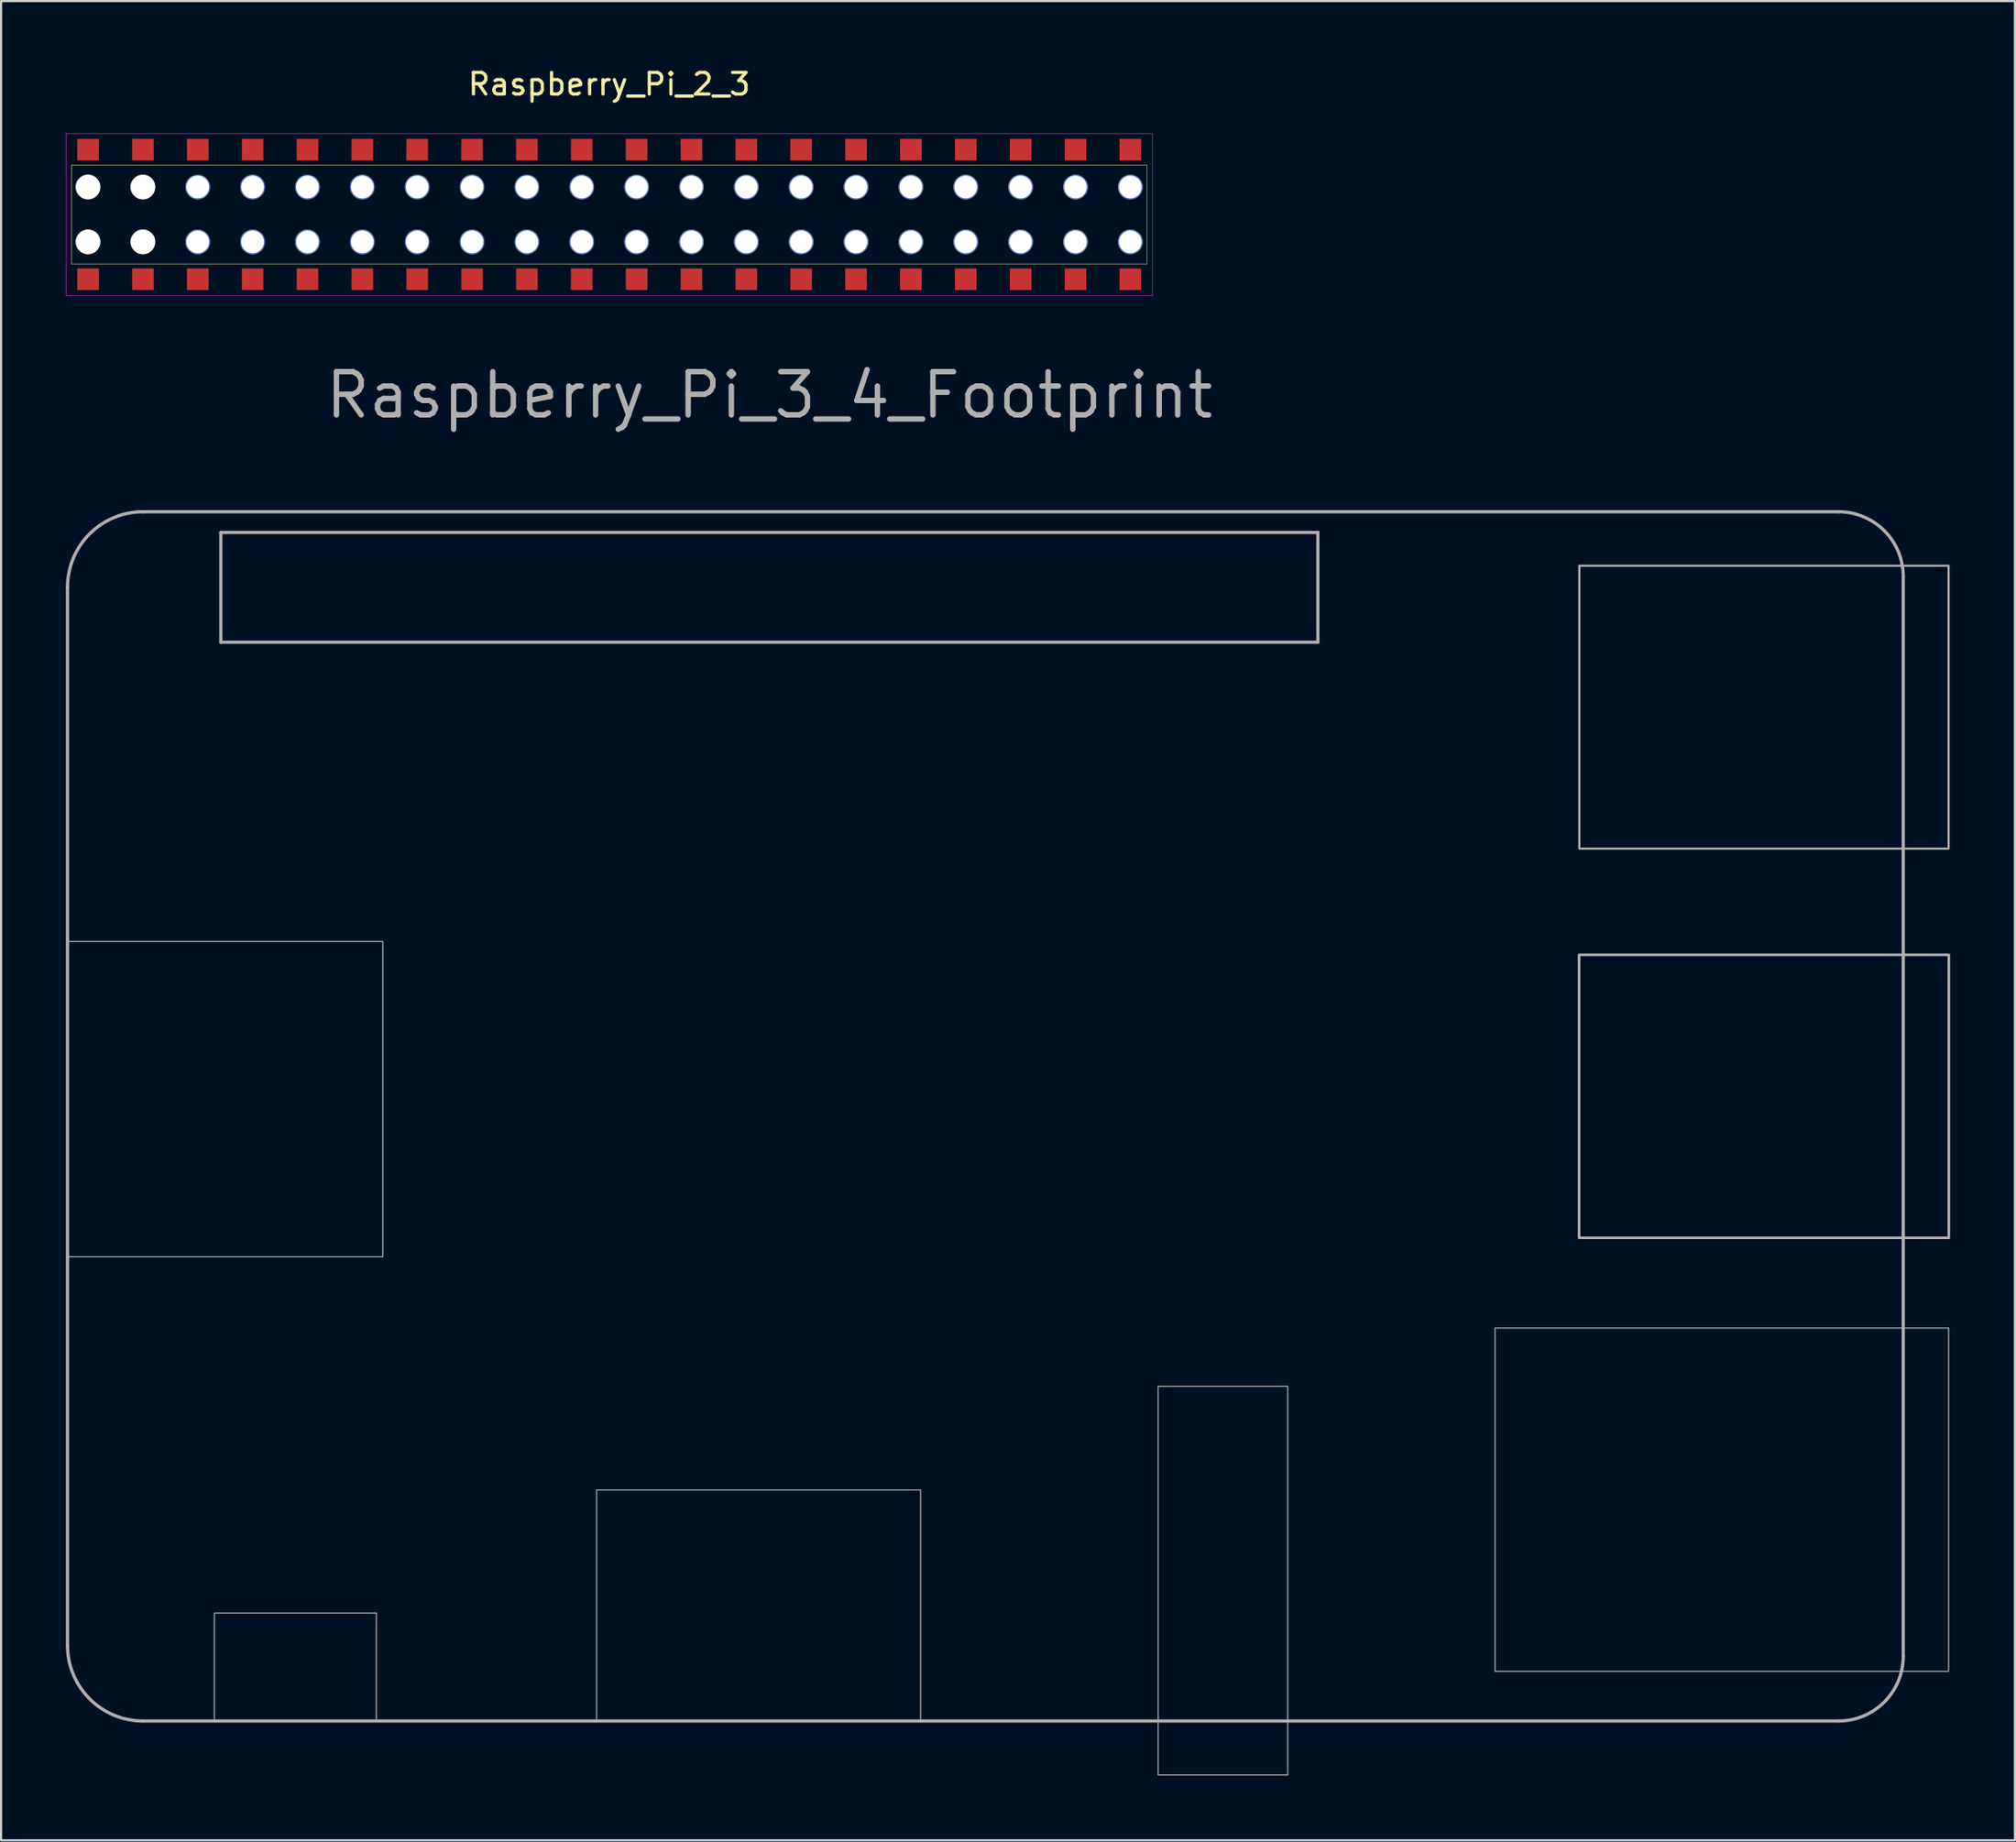
<source format=kicad_pcb>
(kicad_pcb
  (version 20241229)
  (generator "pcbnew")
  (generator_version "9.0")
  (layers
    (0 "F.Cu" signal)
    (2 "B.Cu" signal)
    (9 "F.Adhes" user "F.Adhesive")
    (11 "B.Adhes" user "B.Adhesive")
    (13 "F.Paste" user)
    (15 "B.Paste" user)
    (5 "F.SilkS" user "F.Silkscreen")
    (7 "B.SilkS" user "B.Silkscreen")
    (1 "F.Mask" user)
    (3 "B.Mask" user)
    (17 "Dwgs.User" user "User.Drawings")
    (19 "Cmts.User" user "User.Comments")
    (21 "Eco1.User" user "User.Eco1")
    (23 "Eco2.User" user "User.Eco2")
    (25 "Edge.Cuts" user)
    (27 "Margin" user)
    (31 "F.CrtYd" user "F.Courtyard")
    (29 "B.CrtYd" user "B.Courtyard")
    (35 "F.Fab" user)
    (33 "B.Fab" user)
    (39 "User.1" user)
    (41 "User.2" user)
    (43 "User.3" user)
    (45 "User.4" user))
  (footprint "Raspberry_Pi_3_4_Footprint"
    (layer "F.Cu")
    (at 32.575 24.149)
    (property "Reference" "Raspberry_Pi_3_4_Footprint" (at 0 -8.9 0) (layer "F.Fab") (effects (font (size 2 2) (thickness 0.25))))
    (attr through_hole)
    (fp_line (start -32.5 49) (end -32.5 0) (stroke (width 0.15) (type solid)) (layer "F.Fab"))
    (fp_line (start -29 52.5) (end 49.5 52.5) (stroke (width 0.15) (type solid)) (layer "F.Fab"))
    (fp_line (start -25.4 -2.54) (end -25.4 2.54) (stroke (width 0.15) (type solid)) (layer "F.Fab"))
    (fp_line (start -25.4 -2.54) (end 25.4 -2.54) (stroke (width 0.15) (type solid)) (layer "F.Fab"))
    (fp_line (start 25.395 2.54) (end 25.395 -2.54) (stroke (width 0.15) (type solid)) (layer "F.Fab"))
    (fp_line (start 25.4 2.54) (end -25.4 2.54) (stroke (width 0.15) (type solid)) (layer "F.Fab"))
    (fp_line (start 49.5 -3.5) (end -29 -3.5) (stroke (width 0.15) (type solid)) (layer "F.Fab"))
    (fp_line (start 52.5 49.5) (end 52.5 -0.5) (stroke (width 0.15) (type solid)) (layer "F.Fab"))
    (fp_rect (start -32.5 16.4) (end -17.9 31) (stroke (width 0.05) (type default)) (fill no) (layer "F.Fab"))
    (fp_rect (start -25.7 47.5) (end -18.2 52.5) (stroke (width 0.05) (type default)) (fill no) (layer "F.Fab"))
    (fp_rect (start -8 41.8) (end 7 52.5) (stroke (width 0.05) (type default)) (fill no) (layer "F.Fab"))
    (fp_rect (start 18 37) (end 24 55) (stroke (width 0.05) (type default)) (fill no) (layer "F.Fab"))
    (fp_rect (start 33.6 34.3) (end 54.6 50.2) (stroke (width 0.05) (type default)) (fill no) (layer "F.Fab"))
    (fp_rect (start 37.49 17.018) (end 54.61 30.124) (stroke (width 0.12) (type default)) (fill no) (layer "F.Fab"))
    (fp_rect (start 37.5 -1) (end 54.6 12.1) (stroke (width 0.1) (type default)) (fill no) (layer "F.Fab"))
    (fp_arc (start -32.5 0) (mid -31.474874 -2.474874) (end -29 -3.5) (stroke (width 0.15) (type solid)) (layer "F.Fab"))
    (fp_arc (start -29 52.5) (mid -31.474874 51.474874) (end -32.5 49) (stroke (width 0.15) (type solid)) (layer "F.Fab"))
    (fp_arc (start 49.5 -3.5) (mid 51.62132 -2.62132) (end 52.5 -0.5) (stroke (width 0.15) (type solid)) (layer "F.Fab"))
    (fp_arc (start 52.5 49.5) (mid 51.62132 51.62132) (end 49.5 52.5) (stroke (width 0.15) (type solid)) (layer "F.Fab")))
  (footprint "Raspberry_Pi_2_3"
    (layer "F.Cu")
    (at 25.156 6.881)
    (property "Reference" "Raspberry_Pi_2_3" (at 0 -6.032 0) (layer "F.SilkS") (effects (font (size 1 1) (thickness 0.15))))
    (attr through_hole)
    (fp_line (start -24.892 -2.286) (end -24.892 2.286) (stroke (width 0.02) (type solid)) (layer "F.SilkS"))
    (fp_line (start -24.892 2.286) (end 24.892 2.286) (stroke (width 0.02) (type solid)) (layer "F.SilkS"))
    (fp_line (start 24.892 -2.286) (end -24.892 -2.286) (stroke (width 0.02) (type solid)) (layer "F.SilkS"))
    (fp_line (start 24.892 2.286) (end 24.892 -2.286) (stroke (width 0.02) (type solid)) (layer "F.SilkS"))
    (fp_line (start -25.146 -3.75) (end -25.146 3.75) (stroke (width 0.02) (type solid)) (layer "F.CrtYd"))
    (fp_line (start -25.146 3.75) (end 25.146 3.75) (stroke (width 0.02) (type solid)) (layer "F.CrtYd"))
    (fp_line (start 25.146 -3.75) (end -25.146 -3.75) (stroke (width 0.02) (type solid)) (layer "F.CrtYd"))
    (fp_line (start 25.146 -3.75) (end 25.146 3.75) (stroke (width 0.02) (type solid)) (layer "F.CrtYd"))
    (pad "" np_thru_hole circle (at -24.13 -1.27) (size 1.15 1.15) (drill 1.15) (layers "*.Cu" "*.Mask"))
    (pad "" np_thru_hole circle (at -24.13 1.27) (size 1.15 1.15) (drill 1.15) (layers "*.Cu" "*.Mask"))
    (pad "" np_thru_hole circle (at -21.59 -1.27) (size 1.15 1.15) (drill 1.15) (layers "*.Cu" "*.Mask"))
    (pad "" np_thru_hole circle (at -21.59 1.27) (size 1.15 1.15) (drill 1.15) (layers "*.Cu" "*.Mask"))
    (pad "" np_thru_hole circle (at -19.05 -1.27) (size 1.15 1.15) (drill 1.05) (layers "*.Cu" "*.Mask"))
    (pad "" np_thru_hole circle (at -19.05 1.27) (size 1.15 1.15) (drill 1.05) (layers "*.Cu" "*.Mask"))
    (pad "" np_thru_hole circle (at -16.51 -1.27) (size 1.15 1.15) (drill 1.05) (layers "*.Cu" "*.Mask"))
    (pad "" np_thru_hole circle (at -16.51 1.27) (size 1.15 1.15) (drill 1.05) (layers "*.Cu" "*.Mask"))
    (pad "" np_thru_hole circle (at -13.97 -1.27) (size 1.15 1.15) (drill 1.05) (layers "*.Cu" "*.Mask"))
    (pad "" np_thru_hole circle (at -13.97 1.27) (size 1.15 1.15) (drill 1.05) (layers "*.Cu" "*.Mask"))
    (pad "" np_thru_hole circle (at -11.43 -1.27) (size 1.15 1.15) (drill 1.05) (layers "*.Cu" "*.Mask"))
    (pad "" np_thru_hole circle (at -11.43 1.27) (size 1.15 1.15) (drill 1.05) (layers "*.Cu" "*.Mask"))
    (pad "" np_thru_hole circle (at -8.89 -1.27) (size 1.15 1.15) (drill 1.05) (layers "*.Cu" "*.Mask"))
    (pad "" np_thru_hole circle (at -8.89 1.27) (size 1.15 1.15) (drill 1.05) (layers "*.Cu" "*.Mask"))
    (pad "" np_thru_hole circle (at -6.35 -1.27) (size 1.15 1.15) (drill 1.05) (layers "*.Cu" "*.Mask"))
    (pad "" np_thru_hole circle (at -6.35 1.27) (size 1.15 1.15) (drill 1.05) (layers "*.Cu" "*.Mask"))
    (pad "" np_thru_hole circle (at -3.81 -1.27) (size 1.15 1.15) (drill 1.05) (layers "*.Cu" "*.Mask"))
    (pad "" np_thru_hole circle (at -3.81 1.27) (size 1.15 1.15) (drill 1.05) (layers "*.Cu" "*.Mask"))
    (pad "" np_thru_hole circle (at -1.27 -1.27) (size 1.15 1.15) (drill 1.05) (layers "*.Cu" "*.Mask"))
    (pad "" np_thru_hole circle (at -1.27 1.27) (size 1.15 1.15) (drill 1.05) (layers "*.Cu" "*.Mask"))
    (pad "" np_thru_hole circle (at 1.27 -1.27) (size 1.15 1.15) (drill 1.05) (layers "*.Cu" "*.Mask"))
    (pad "" np_thru_hole circle (at 1.27 1.27) (size 1.15 1.15) (drill 1.05) (layers "*.Cu" "*.Mask"))
    (pad "" np_thru_hole circle (at 3.81 -1.27) (size 1.15 1.15) (drill 1.05) (layers "*.Cu" "*.Mask"))
    (pad "" np_thru_hole circle (at 3.81 1.27) (size 1.15 1.15) (drill 1.05) (layers "*.Cu" "*.Mask"))
    (pad "" np_thru_hole circle (at 6.35 -1.27) (size 1.15 1.15) (drill 1.05) (layers "*.Cu" "*.Mask"))
    (pad "" np_thru_hole circle (at 6.35 1.27) (size 1.15 1.15) (drill 1.05) (layers "*.Cu" "*.Mask"))
    (pad "" np_thru_hole circle (at 8.89 -1.27) (size 1.15 1.15) (drill 1.05) (layers "*.Cu" "*.Mask"))
    (pad "" np_thru_hole circle (at 8.89 1.27) (size 1.15 1.15) (drill 1.05) (layers "*.Cu" "*.Mask"))
    (pad "" np_thru_hole circle (at 11.43 -1.27) (size 1.15 1.15) (drill 1.05) (layers "*.Cu" "*.Mask"))
    (pad "" np_thru_hole circle (at 11.43 1.27) (size 1.15 1.15) (drill 1.05) (layers "*.Cu" "*.Mask"))
    (pad "" np_thru_hole circle (at 13.97 -1.27) (size 1.15 1.15) (drill 1.05) (layers "*.Cu" "*.Mask"))
    (pad "" np_thru_hole circle (at 13.97 1.27) (size 1.15 1.15) (drill 1.05) (layers "*.Cu" "*.Mask"))
    (pad "" np_thru_hole circle (at 16.51 -1.27) (size 1.15 1.15) (drill 1.05) (layers "*.Cu" "*.Mask"))
    (pad "" np_thru_hole circle (at 16.51 1.27) (size 1.15 1.15) (drill 1.05) (layers "*.Cu" "*.Mask"))
    (pad "" np_thru_hole circle (at 19.05 -1.27) (size 1.15 1.15) (drill 1.05) (layers "*.Cu" "*.Mask"))
    (pad "" np_thru_hole circle (at 19.05 1.27) (size 1.15 1.15) (drill 1.05) (layers "*.Cu" "*.Mask"))
    (pad "" np_thru_hole circle (at 21.59 -1.27) (size 1.15 1.15) (drill 1.05) (layers "*.Cu" "*.Mask"))
    (pad "" np_thru_hole circle (at 21.59 1.27) (size 1.15 1.15) (drill 1.05) (layers "*.Cu" "*.Mask"))
    (pad "" np_thru_hole circle (at 24.13 -1.27) (size 1.15 1.15) (drill 1.05) (layers "*.Cu" "*.Mask"))
    (pad "" np_thru_hole circle (at 24.13 1.27) (size 1.15 1.15) (drill 1.05) (layers "*.Cu" "*.Mask"))
    (pad "1" smd rect (at -24.13 3) (size 1 1) (layers "F.Cu" "F.Mask" "F.Paste"))
    (pad "2" smd rect (at -24.13 -3) (size 1 1) (layers "F.Cu" "F.Mask" "F.Paste"))
    (pad "3" smd rect (at -21.59 3) (size 1 1) (layers "F.Cu" "F.Mask" "F.Paste"))
    (pad "4" smd rect (at -21.59 -3) (size 1 1) (layers "F.Cu" "F.Mask" "F.Paste"))
    (pad "5" smd rect (at -19.05 3) (size 1 1) (layers "F.Cu" "F.Mask" "F.Paste"))
    (pad "6" smd rect (at -19.05 -3) (size 1 1) (layers "F.Cu" "F.Mask" "F.Paste"))
    (pad "7" smd rect (at -16.51 3) (size 1 1) (layers "F.Cu" "F.Mask" "F.Paste"))
    (pad "8" smd rect (at -16.51 -3) (size 1 1) (layers "F.Cu" "F.Mask" "F.Paste"))
    (pad "9" smd rect (at -13.97 3) (size 1 1) (layers "F.Cu" "F.Mask" "F.Paste"))
    (pad "10" smd rect (at -13.97 -3) (size 1 1) (layers "F.Cu" "F.Mask" "F.Paste"))
    (pad "11" smd rect (at -11.43 3) (size 1 1) (layers "F.Cu" "F.Mask" "F.Paste"))
    (pad "12" smd rect (at -11.43 -3) (size 1 1) (layers "F.Cu" "F.Mask" "F.Paste"))
    (pad "13" smd rect (at -8.89 3) (size 1 1) (layers "F.Cu" "F.Mask" "F.Paste"))
    (pad "14" smd rect (at -8.89 -3) (size 1 1) (layers "F.Cu" "F.Mask" "F.Paste"))
    (pad "15" smd rect (at -6.35 3) (size 1 1) (layers "F.Cu" "F.Mask" "F.Paste"))
    (pad "16" smd rect (at -6.35 -3) (size 1 1) (layers "F.Cu" "F.Mask" "F.Paste"))
    (pad "17" smd rect (at -3.81 3) (size 1 1) (layers "F.Cu" "F.Mask" "F.Paste"))
    (pad "18" smd rect (at -3.81 -3) (size 1 1) (layers "F.Cu" "F.Mask" "F.Paste"))
    (pad "19" smd rect (at -1.27 3) (size 1 1) (layers "F.Cu" "F.Mask" "F.Paste"))
    (pad "20" smd rect (at -1.27 -3) (size 1 1) (layers "F.Cu" "F.Mask" "F.Paste"))
    (pad "21" smd rect (at 1.27 3) (size 1 1) (layers "F.Cu" "F.Mask" "F.Paste"))
    (pad "22" smd rect (at 1.27 -3) (size 1 1) (layers "F.Cu" "F.Mask" "F.Paste"))
    (pad "23" smd rect (at 3.81 3) (size 1 1) (layers "F.Cu" "F.Mask" "F.Paste"))
    (pad "24" smd rect (at 3.81 -3) (size 1 1) (layers "F.Cu" "F.Mask" "F.Paste"))
    (pad "25" smd rect (at 6.35 3) (size 1 1) (layers "F.Cu" "F.Mask" "F.Paste"))
    (pad "26" smd rect (at 6.35 -3) (size 1 1) (layers "F.Cu" "F.Mask" "F.Paste"))
    (pad "27" smd rect (at 8.89 3) (size 1 1) (layers "F.Cu" "F.Mask" "F.Paste"))
    (pad "28" smd rect (at 8.89 -3) (size 1 1) (layers "F.Cu" "F.Mask" "F.Paste"))
    (pad "29" smd rect (at 11.43 3) (size 1 1) (layers "F.Cu" "F.Mask" "F.Paste"))
    (pad "30" smd rect (at 11.43 -3) (size 1 1) (layers "F.Cu" "F.Mask" "F.Paste"))
    (pad "31" smd rect (at 13.97 3) (size 1 1) (layers "F.Cu" "F.Mask" "F.Paste"))
    (pad "32" smd rect (at 13.97 -3) (size 1 1) (layers "F.Cu" "F.Mask" "F.Paste"))
    (pad "33" smd rect (at 16.51 3) (size 1 1) (layers "F.Cu" "F.Mask" "F.Paste"))
    (pad "34" smd rect (at 16.51 -3) (size 1 1) (layers "F.Cu" "F.Mask" "F.Paste"))
    (pad "35" smd rect (at 19.05 3) (size 1 1) (layers "F.Cu" "F.Mask" "F.Paste"))
    (pad "36" smd rect (at 19.05 -3) (size 1 1) (layers "F.Cu" "F.Mask" "F.Paste"))
    (pad "37" smd rect (at 21.59 3) (size 1 1) (layers "F.Cu" "F.Mask" "F.Paste"))
    (pad "38" smd rect (at 21.59 -3) (size 1 1) (layers "F.Cu" "F.Mask" "F.Paste"))
    (pad "39" smd rect (at 24.13 3) (size 1 1) (layers "F.Cu" "F.Mask" "F.Paste"))
    (pad "40" smd rect (at 24.13 -3) (size 1 1) (layers "F.Cu" "F.Mask" "F.Paste")))
  (gr_rect
    (start -3 -3)
    (end 90.245 82.174)
    (stroke (width 0.1) (type default))
    (fill no)
    (layer "Edge.Cuts")))
</source>
